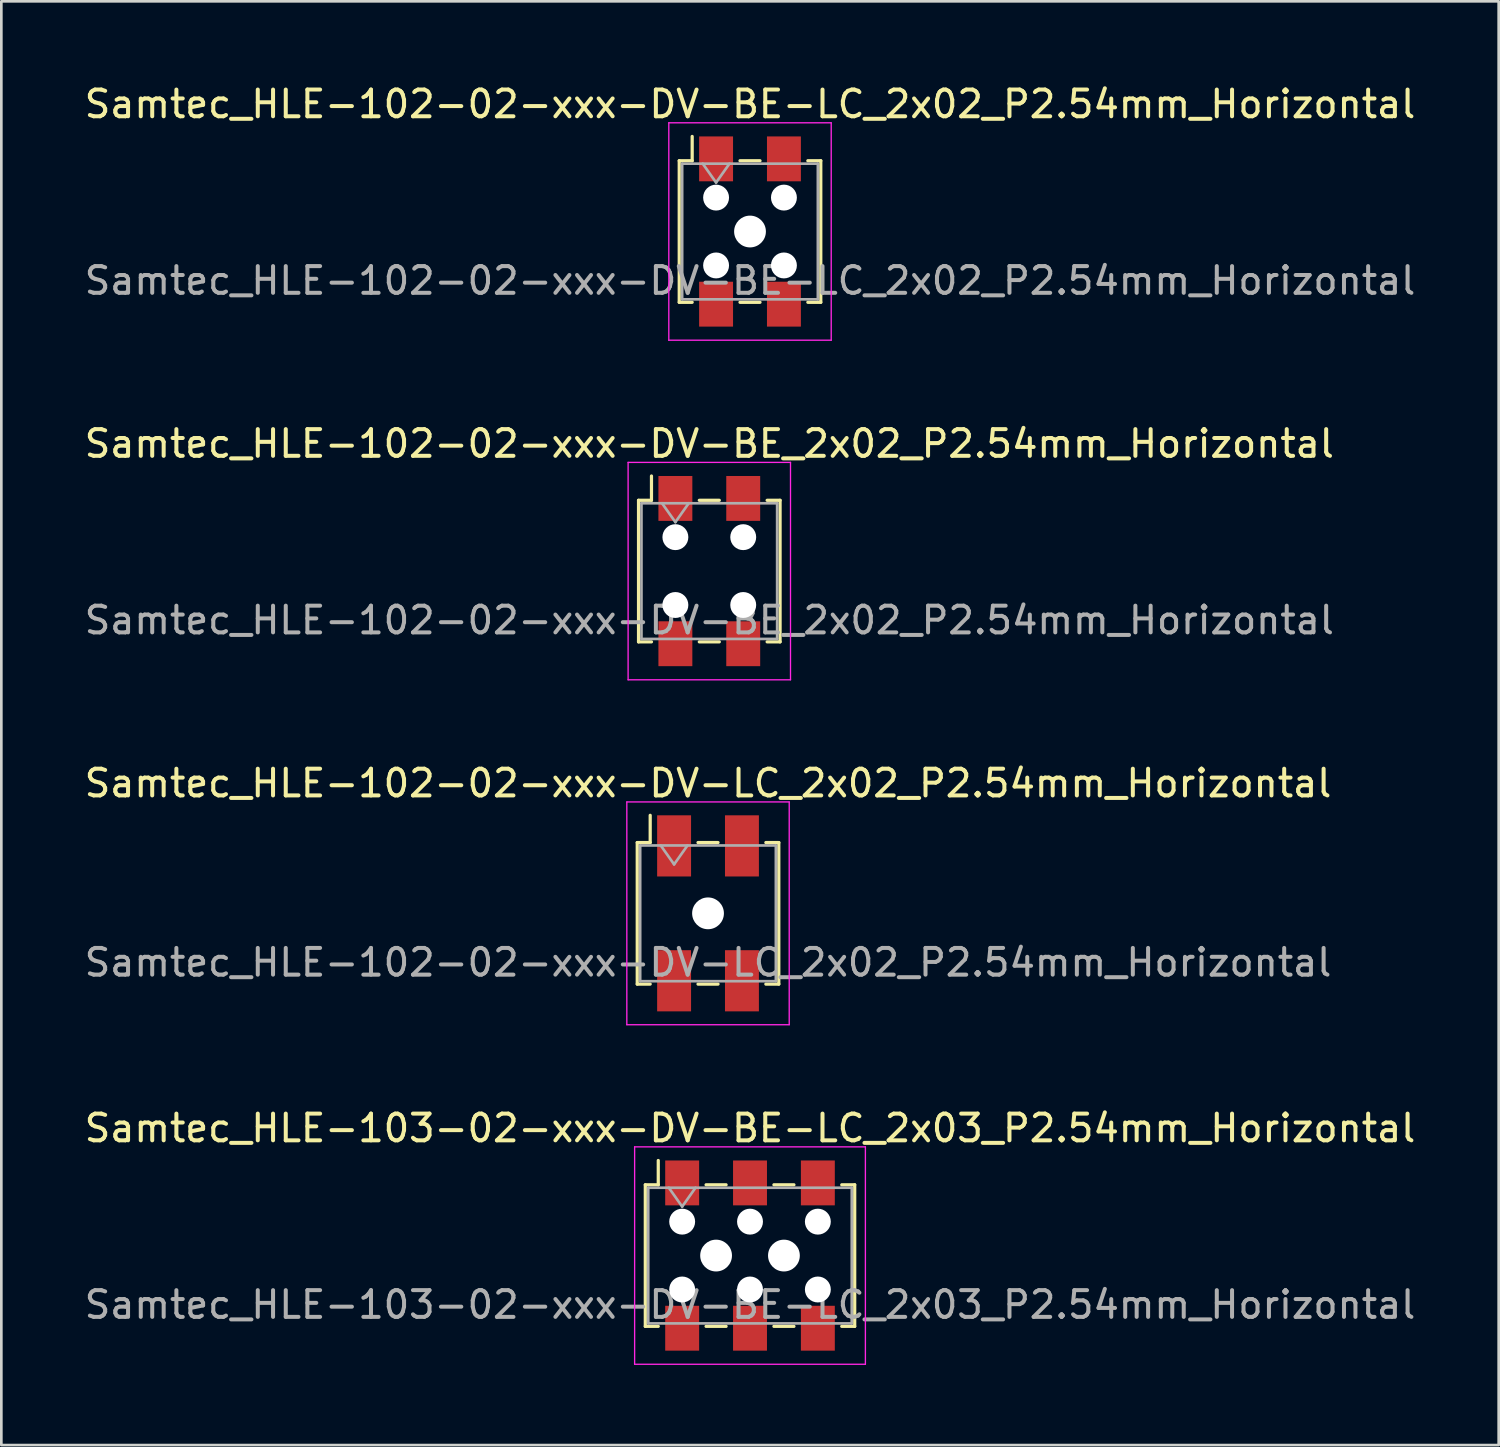
<source format=kicad_pcb>
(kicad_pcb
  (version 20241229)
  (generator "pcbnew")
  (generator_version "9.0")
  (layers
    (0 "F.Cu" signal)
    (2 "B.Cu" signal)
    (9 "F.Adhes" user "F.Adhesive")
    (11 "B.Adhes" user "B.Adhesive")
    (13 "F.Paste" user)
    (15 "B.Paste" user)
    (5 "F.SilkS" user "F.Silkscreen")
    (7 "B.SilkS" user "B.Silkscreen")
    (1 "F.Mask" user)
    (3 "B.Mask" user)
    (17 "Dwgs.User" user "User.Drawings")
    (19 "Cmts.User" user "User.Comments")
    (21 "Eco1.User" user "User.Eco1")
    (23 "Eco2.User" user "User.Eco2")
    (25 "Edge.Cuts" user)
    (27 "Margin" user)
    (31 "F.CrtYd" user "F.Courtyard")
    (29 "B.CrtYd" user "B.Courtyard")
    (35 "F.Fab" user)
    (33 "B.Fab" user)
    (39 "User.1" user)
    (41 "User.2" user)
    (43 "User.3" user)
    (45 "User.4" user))
  (footprint "Samtec_HLE-102-02-xxx-DV-LC_2x02_P2.54mm_Horizontal"
    (layer "F.Cu")
    (at 23.458 31.145)
    (property "Reference" "Samtec_HLE-102-02-xxx-DV-LC_2x02_P2.54mm_Horizontal" (at 0 -4.87 0) (layer "F.SilkS") (effects (font (size 1 1) (thickness 0.15))))
    (attr smd)
    (fp_line (start -2.65 -2.65) (end -2.65 2.65) (stroke (width 0.12) (type solid)) (layer "F.SilkS"))
    (fp_line (start -2.65 2.65) (end -2.165 2.65) (stroke (width 0.12) (type solid)) (layer "F.SilkS"))
    (fp_line (start -2.165 -3.67) (end -2.165 -2.65) (stroke (width 0.12) (type solid)) (layer "F.SilkS"))
    (fp_line (start -2.165 -2.65) (end -2.65 -2.65) (stroke (width 0.12) (type solid)) (layer "F.SilkS"))
    (fp_line (start -0.375 -2.65) (end 0.375 -2.65) (stroke (width 0.12) (type solid)) (layer "F.SilkS"))
    (fp_line (start -0.375 2.65) (end 0.375 2.65) (stroke (width 0.12) (type solid)) (layer "F.SilkS"))
    (fp_line (start 2.165 -2.65) (end 2.65 -2.65) (stroke (width 0.12) (type solid)) (layer "F.SilkS"))
    (fp_line (start 2.65 -2.65) (end 2.65 2.65) (stroke (width 0.12) (type solid)) (layer "F.SilkS"))
    (fp_line (start 2.65 2.65) (end 2.165 2.65) (stroke (width 0.12) (type solid)) (layer "F.SilkS"))
    (fp_line (start -3.04 -4.17) (end 3.04 -4.17) (stroke (width 0.05) (type solid)) (layer "F.CrtYd"))
    (fp_line (start -3.04 4.17) (end -3.04 -4.17) (stroke (width 0.05) (type solid)) (layer "F.CrtYd"))
    (fp_line (start 3.04 -4.17) (end 3.04 4.17) (stroke (width 0.05) (type solid)) (layer "F.CrtYd"))
    (fp_line (start 3.04 4.17) (end -3.04 4.17) (stroke (width 0.05) (type solid)) (layer "F.CrtYd"))
    (fp_line (start -2.54 -2.54) (end 2.54 -2.54) (stroke (width 0.1) (type solid)) (layer "F.Fab"))
    (fp_line (start -2.54 2.54) (end -2.54 -2.54) (stroke (width 0.1) (type solid)) (layer "F.Fab"))
    (fp_line (start -1.77 -2.54) (end -1.27 -1.833) (stroke (width 0.1) (type solid)) (layer "F.Fab"))
    (fp_line (start -1.27 -1.833) (end -0.77 -2.54) (stroke (width 0.1) (type solid)) (layer "F.Fab"))
    (fp_line (start 2.54 -2.54) (end 2.54 2.54) (stroke (width 0.1) (type solid)) (layer "F.Fab"))
    (fp_line (start 2.54 2.54) (end -2.54 2.54) (stroke (width 0.1) (type solid)) (layer "F.Fab"))
    (fp_text user "${REFERENCE}" (at 0 1.84 0) (layer "F.Fab") (effects (font (size 1 1) (thickness 0.15))))
    (pad "" np_thru_hole circle (at 0 0) (size 1.19 1.19) (drill 1.19) (layers "*.Cu" "*.Mask"))
    (pad "1" smd rect (at -1.27 -2.525) (size 1.27 2.29) (layers "F.Cu" "F.Mask" "F.Paste"))
    (pad "2" smd rect (at -1.27 2.525) (size 1.27 2.29) (layers "F.Cu" "F.Mask" "F.Paste"))
    (pad "3" smd rect (at 1.27 -2.525) (size 1.27 2.29) (layers "F.Cu" "F.Mask" "F.Paste"))
    (pad "4" smd rect (at 1.27 2.525) (size 1.27 2.29) (layers "F.Cu" "F.Mask" "F.Paste")))
  (footprint "Samtec_HLE-102-02-xxx-DV-BE_2x02_P2.54mm_Horizontal"
    (layer "F.Cu")
    (at 23.506 18.331)
    (property "Reference" "Samtec_HLE-102-02-xxx-DV-BE_2x02_P2.54mm_Horizontal" (at 0 -4.77 0) (layer "F.SilkS") (effects (font (size 1 1) (thickness 0.15))))
    (attr smd)
    (fp_line (start -2.65 -2.65) (end -2.65 2.65) (stroke (width 0.12) (type solid)) (layer "F.SilkS"))
    (fp_line (start -2.65 2.65) (end -2.165 2.65) (stroke (width 0.12) (type solid)) (layer "F.SilkS"))
    (fp_line (start -2.165 -3.56) (end -2.165 -2.65) (stroke (width 0.12) (type solid)) (layer "F.SilkS"))
    (fp_line (start -2.165 -2.65) (end -2.65 -2.65) (stroke (width 0.12) (type solid)) (layer "F.SilkS"))
    (fp_line (start -0.375 -2.65) (end 0.375 -2.65) (stroke (width 0.12) (type solid)) (layer "F.SilkS"))
    (fp_line (start -0.375 2.65) (end 0.375 2.65) (stroke (width 0.12) (type solid)) (layer "F.SilkS"))
    (fp_line (start 2.165 -2.65) (end 2.65 -2.65) (stroke (width 0.12) (type solid)) (layer "F.SilkS"))
    (fp_line (start 2.65 -2.65) (end 2.65 2.65) (stroke (width 0.12) (type solid)) (layer "F.SilkS"))
    (fp_line (start 2.65 2.65) (end 2.165 2.65) (stroke (width 0.12) (type solid)) (layer "F.SilkS"))
    (fp_line (start -3.04 -4.07) (end 3.04 -4.07) (stroke (width 0.05) (type solid)) (layer "F.CrtYd"))
    (fp_line (start -3.04 4.07) (end -3.04 -4.07) (stroke (width 0.05) (type solid)) (layer "F.CrtYd"))
    (fp_line (start 3.04 -4.07) (end 3.04 4.07) (stroke (width 0.05) (type solid)) (layer "F.CrtYd"))
    (fp_line (start 3.04 4.07) (end -3.04 4.07) (stroke (width 0.05) (type solid)) (layer "F.CrtYd"))
    (fp_line (start -2.54 -2.54) (end 2.54 -2.54) (stroke (width 0.1) (type solid)) (layer "F.Fab"))
    (fp_line (start -2.54 2.54) (end -2.54 -2.54) (stroke (width 0.1) (type solid)) (layer "F.Fab"))
    (fp_line (start -1.77 -2.54) (end -1.27 -1.833) (stroke (width 0.1) (type solid)) (layer "F.Fab"))
    (fp_line (start -1.27 -1.833) (end -0.77 -2.54) (stroke (width 0.1) (type solid)) (layer "F.Fab"))
    (fp_line (start 2.54 -2.54) (end 2.54 2.54) (stroke (width 0.1) (type solid)) (layer "F.Fab"))
    (fp_line (start 2.54 2.54) (end -2.54 2.54) (stroke (width 0.1) (type solid)) (layer "F.Fab"))
    (fp_text user "${REFERENCE}" (at 0 1.84 0) (layer "F.Fab") (effects (font (size 1 1) (thickness 0.15))))
    (pad "" np_thru_hole circle (at -1.27 -1.27) (size 0.97 0.97) (drill 0.97) (layers "*.Cu" "*.Mask"))
    (pad "" np_thru_hole circle (at -1.27 1.27) (size 0.97 0.97) (drill 0.97) (layers "*.Cu" "*.Mask"))
    (pad "" np_thru_hole circle (at 1.27 -1.27) (size 0.97 0.97) (drill 0.97) (layers "*.Cu" "*.Mask"))
    (pad "" np_thru_hole circle (at 1.27 1.27) (size 0.97 0.97) (drill 0.97) (layers "*.Cu" "*.Mask"))
    (pad "1" smd rect (at -1.27 -2.72) (size 1.27 1.68) (layers "F.Cu" "F.Mask" "F.Paste"))
    (pad "2" smd rect (at -1.27 2.72) (size 1.27 1.68) (layers "F.Cu" "F.Mask" "F.Paste"))
    (pad "3" smd rect (at 1.27 -2.72) (size 1.27 1.68) (layers "F.Cu" "F.Mask" "F.Paste"))
    (pad "4" smd rect (at 1.27 2.72) (size 1.27 1.68) (layers "F.Cu" "F.Mask" "F.Paste")))
  (footprint "Samtec_HLE-102-02-xxx-DV-BE-LC_2x02_P2.54mm_Horizontal"
    (layer "F.Cu")
    (at 25.03 5.618)
    (property "Reference" "Samtec_HLE-102-02-xxx-DV-BE-LC_2x02_P2.54mm_Horizontal" (at 0 -4.77 0) (layer "F.SilkS") (effects (font (size 1 1) (thickness 0.15))))
    (attr smd)
    (fp_line (start -2.65 -2.65) (end -2.65 2.65) (stroke (width 0.12) (type solid)) (layer "F.SilkS"))
    (fp_line (start -2.65 2.65) (end -2.165 2.65) (stroke (width 0.12) (type solid)) (layer "F.SilkS"))
    (fp_line (start -2.165 -3.56) (end -2.165 -2.65) (stroke (width 0.12) (type solid)) (layer "F.SilkS"))
    (fp_line (start -2.165 -2.65) (end -2.65 -2.65) (stroke (width 0.12) (type solid)) (layer "F.SilkS"))
    (fp_line (start -0.375 -2.65) (end 0.375 -2.65) (stroke (width 0.12) (type solid)) (layer "F.SilkS"))
    (fp_line (start -0.375 2.65) (end 0.375 2.65) (stroke (width 0.12) (type solid)) (layer "F.SilkS"))
    (fp_line (start 2.165 -2.65) (end 2.65 -2.65) (stroke (width 0.12) (type solid)) (layer "F.SilkS"))
    (fp_line (start 2.65 -2.65) (end 2.65 2.65) (stroke (width 0.12) (type solid)) (layer "F.SilkS"))
    (fp_line (start 2.65 2.65) (end 2.165 2.65) (stroke (width 0.12) (type solid)) (layer "F.SilkS"))
    (fp_line (start -3.04 -4.07) (end 3.04 -4.07) (stroke (width 0.05) (type solid)) (layer "F.CrtYd"))
    (fp_line (start -3.04 4.07) (end -3.04 -4.07) (stroke (width 0.05) (type solid)) (layer "F.CrtYd"))
    (fp_line (start 3.04 -4.07) (end 3.04 4.07) (stroke (width 0.05) (type solid)) (layer "F.CrtYd"))
    (fp_line (start 3.04 4.07) (end -3.04 4.07) (stroke (width 0.05) (type solid)) (layer "F.CrtYd"))
    (fp_line (start -2.54 -2.54) (end 2.54 -2.54) (stroke (width 0.1) (type solid)) (layer "F.Fab"))
    (fp_line (start -2.54 2.54) (end -2.54 -2.54) (stroke (width 0.1) (type solid)) (layer "F.Fab"))
    (fp_line (start -1.77 -2.54) (end -1.27 -1.833) (stroke (width 0.1) (type solid)) (layer "F.Fab"))
    (fp_line (start -1.27 -1.833) (end -0.77 -2.54) (stroke (width 0.1) (type solid)) (layer "F.Fab"))
    (fp_line (start 2.54 -2.54) (end 2.54 2.54) (stroke (width 0.1) (type solid)) (layer "F.Fab"))
    (fp_line (start 2.54 2.54) (end -2.54 2.54) (stroke (width 0.1) (type solid)) (layer "F.Fab"))
    (fp_text user "${REFERENCE}" (at 0 1.84 0) (layer "F.Fab") (effects (font (size 1 1) (thickness 0.15))))
    (pad "" np_thru_hole circle (at -1.27 -1.27) (size 0.97 0.97) (drill 0.97) (layers "*.Cu" "*.Mask"))
    (pad "" np_thru_hole circle (at -1.27 1.27) (size 0.97 0.97) (drill 0.97) (layers "*.Cu" "*.Mask"))
    (pad "" np_thru_hole circle (at 0 0) (size 1.19 1.19) (drill 1.19) (layers "*.Cu" "*.Mask"))
    (pad "" np_thru_hole circle (at 1.27 -1.27) (size 0.97 0.97) (drill 0.97) (layers "*.Cu" "*.Mask"))
    (pad "" np_thru_hole circle (at 1.27 1.27) (size 0.97 0.97) (drill 0.97) (layers "*.Cu" "*.Mask"))
    (pad "1" smd rect (at -1.27 -2.72) (size 1.27 1.68) (layers "F.Cu" "F.Mask" "F.Paste"))
    (pad "2" smd rect (at -1.27 2.72) (size 1.27 1.68) (layers "F.Cu" "F.Mask" "F.Paste"))
    (pad "3" smd rect (at 1.27 -2.72) (size 1.27 1.68) (layers "F.Cu" "F.Mask" "F.Paste"))
    (pad "4" smd rect (at 1.27 2.72) (size 1.27 1.68) (layers "F.Cu" "F.Mask" "F.Paste")))
  (footprint "Samtec_HLE-103-02-xxx-DV-BE-LC_2x03_P2.54mm_Horizontal"
    (layer "F.Cu")
    (at 25.03 43.958)
    (property "Reference" "Samtec_HLE-103-02-xxx-DV-BE-LC_2x03_P2.54mm_Horizontal" (at 0 -4.77 0) (layer "F.SilkS") (effects (font (size 1 1) (thickness 0.15))))
    (attr smd)
    (fp_line (start -3.92 -2.65) (end -3.92 2.65) (stroke (width 0.12) (type solid)) (layer "F.SilkS"))
    (fp_line (start -3.92 2.65) (end -3.435 2.65) (stroke (width 0.12) (type solid)) (layer "F.SilkS"))
    (fp_line (start -3.435 -3.56) (end -3.435 -2.65) (stroke (width 0.12) (type solid)) (layer "F.SilkS"))
    (fp_line (start -3.435 -2.65) (end -3.92 -2.65) (stroke (width 0.12) (type solid)) (layer "F.SilkS"))
    (fp_line (start -1.645 -2.65) (end -0.895 -2.65) (stroke (width 0.12) (type solid)) (layer "F.SilkS"))
    (fp_line (start -1.645 2.65) (end -0.895 2.65) (stroke (width 0.12) (type solid)) (layer "F.SilkS"))
    (fp_line (start 0.895 -2.65) (end 1.645 -2.65) (stroke (width 0.12) (type solid)) (layer "F.SilkS"))
    (fp_line (start 0.895 2.65) (end 1.645 2.65) (stroke (width 0.12) (type solid)) (layer "F.SilkS"))
    (fp_line (start 3.435 -2.65) (end 3.92 -2.65) (stroke (width 0.12) (type solid)) (layer "F.SilkS"))
    (fp_line (start 3.92 -2.65) (end 3.92 2.65) (stroke (width 0.12) (type solid)) (layer "F.SilkS"))
    (fp_line (start 3.92 2.65) (end 3.435 2.65) (stroke (width 0.12) (type solid)) (layer "F.SilkS"))
    (fp_line (start -4.32 -4.07) (end 4.32 -4.07) (stroke (width 0.05) (type solid)) (layer "F.CrtYd"))
    (fp_line (start -4.32 4.07) (end -4.32 -4.07) (stroke (width 0.05) (type solid)) (layer "F.CrtYd"))
    (fp_line (start 4.32 -4.07) (end 4.32 4.07) (stroke (width 0.05) (type solid)) (layer "F.CrtYd"))
    (fp_line (start 4.32 4.07) (end -4.32 4.07) (stroke (width 0.05) (type solid)) (layer "F.CrtYd"))
    (fp_line (start -3.81 -2.54) (end 3.81 -2.54) (stroke (width 0.1) (type solid)) (layer "F.Fab"))
    (fp_line (start -3.81 2.54) (end -3.81 -2.54) (stroke (width 0.1) (type solid)) (layer "F.Fab"))
    (fp_line (start -3.04 -2.54) (end -2.54 -1.833) (stroke (width 0.1) (type solid)) (layer "F.Fab"))
    (fp_line (start -2.54 -1.833) (end -2.04 -2.54) (stroke (width 0.1) (type solid)) (layer "F.Fab"))
    (fp_line (start 3.81 -2.54) (end 3.81 2.54) (stroke (width 0.1) (type solid)) (layer "F.Fab"))
    (fp_line (start 3.81 2.54) (end -3.81 2.54) (stroke (width 0.1) (type solid)) (layer "F.Fab"))
    (fp_text user "${REFERENCE}" (at 0 1.84 0) (layer "F.Fab") (effects (font (size 1 1) (thickness 0.15))))
    (pad "" np_thru_hole circle (at -2.54 -1.27) (size 0.97 0.97) (drill 0.97) (layers "*.Cu" "*.Mask"))
    (pad "" np_thru_hole circle (at -2.54 1.27) (size 0.97 0.97) (drill 0.97) (layers "*.Cu" "*.Mask"))
    (pad "" np_thru_hole circle (at -1.27 0) (size 1.19 1.19) (drill 1.19) (layers "*.Cu" "*.Mask"))
    (pad "" np_thru_hole circle (at 0 -1.27) (size 0.97 0.97) (drill 0.97) (layers "*.Cu" "*.Mask"))
    (pad "" np_thru_hole circle (at 0 1.27) (size 0.97 0.97) (drill 0.97) (layers "*.Cu" "*.Mask"))
    (pad "" np_thru_hole circle (at 1.27 0) (size 1.19 1.19) (drill 1.19) (layers "*.Cu" "*.Mask"))
    (pad "" np_thru_hole circle (at 2.54 -1.27) (size 0.97 0.97) (drill 0.97) (layers "*.Cu" "*.Mask"))
    (pad "" np_thru_hole circle (at 2.54 1.27) (size 0.97 0.97) (drill 0.97) (layers "*.Cu" "*.Mask"))
    (pad "1" smd rect (at -2.54 -2.72) (size 1.27 1.68) (layers "F.Cu" "F.Mask" "F.Paste"))
    (pad "2" smd rect (at -2.54 2.72) (size 1.27 1.68) (layers "F.Cu" "F.Mask" "F.Paste"))
    (pad "3" smd rect (at 0 -2.72) (size 1.27 1.68) (layers "F.Cu" "F.Mask" "F.Paste"))
    (pad "4" smd rect (at 0 2.72) (size 1.27 1.68) (layers "F.Cu" "F.Mask" "F.Paste"))
    (pad "5" smd rect (at 2.54 -2.72) (size 1.27 1.68) (layers "F.Cu" "F.Mask" "F.Paste"))
    (pad "6" smd rect (at 2.54 2.72) (size 1.27 1.68) (layers "F.Cu" "F.Mask" "F.Paste")))
  (gr_rect
    (start -3 -3)
    (end 53.06 51.053)
    (stroke (width 0.1) (type default))
    (fill no)
    (layer "Edge.Cuts")))
</source>
